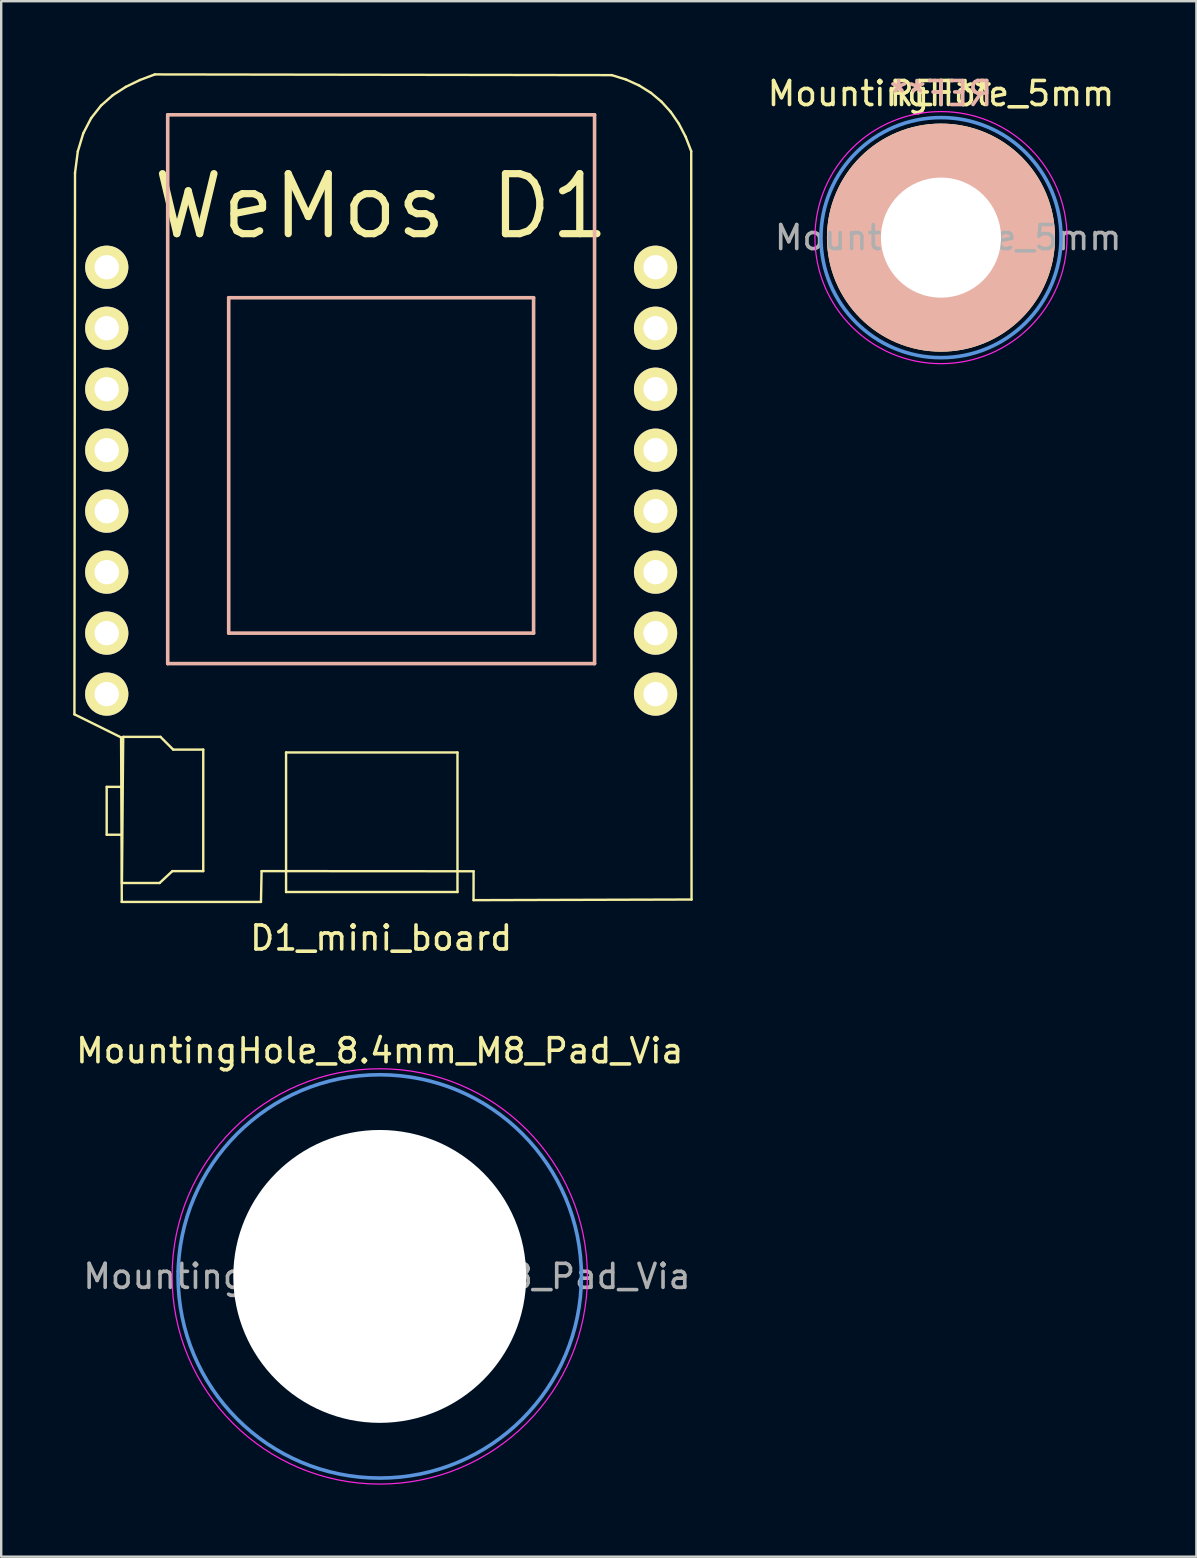
<source format=kicad_pcb>
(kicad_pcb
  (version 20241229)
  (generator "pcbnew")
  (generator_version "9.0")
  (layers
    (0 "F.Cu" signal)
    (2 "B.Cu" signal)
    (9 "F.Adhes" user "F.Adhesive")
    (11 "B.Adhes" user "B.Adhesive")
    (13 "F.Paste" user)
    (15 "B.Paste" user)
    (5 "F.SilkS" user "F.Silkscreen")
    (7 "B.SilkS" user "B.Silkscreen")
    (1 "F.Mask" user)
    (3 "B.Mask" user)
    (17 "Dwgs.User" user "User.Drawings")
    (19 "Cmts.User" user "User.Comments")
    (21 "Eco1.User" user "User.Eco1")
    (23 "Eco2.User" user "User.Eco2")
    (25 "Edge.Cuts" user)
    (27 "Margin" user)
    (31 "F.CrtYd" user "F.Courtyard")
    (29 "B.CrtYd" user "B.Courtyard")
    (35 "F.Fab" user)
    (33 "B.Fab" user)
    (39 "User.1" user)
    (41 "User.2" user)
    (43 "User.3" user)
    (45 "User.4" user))
  (footprint "D1_mini_board"
    (layer "F.Cu")
    (at 12.826 19.512)
    (property "Reference" "D1_mini_board" (at 0 16.51 0) (layer "F.SilkS") (effects (font (size 1 1) (thickness 0.15))))
    (attr through_hole)
    (fp_line (start -12.776 7.193) (end -10.832 8.154) (stroke (width 0.1) (type solid)) (layer "F.SilkS"))
    (fp_line (start -12.751 -15.362) (end -12.776 7.193) (stroke (width 0.1) (type solid)) (layer "F.SilkS"))
    (fp_line (start -12.635 -16.255) (end -12.751 -15.362) (stroke (width 0.1) (type solid)) (layer "F.SilkS"))
    (fp_line (start -12.407 -17.01) (end -12.635 -16.255) (stroke (width 0.1) (type solid)) (layer "F.SilkS"))
    (fp_line (start -12.08 -17.641) (end -12.407 -17.01) (stroke (width 0.1) (type solid)) (layer "F.SilkS"))
    (fp_line (start -11.667 -18.165) (end -12.08 -17.641) (stroke (width 0.1) (type solid)) (layer "F.SilkS"))
    (fp_line (start -11.432 10.214) (end -11.432 12.207) (stroke (width 0.1) (type solid)) (layer "F.SilkS"))
    (fp_line (start -11.432 12.207) (end -10.814 12.207) (stroke (width 0.1) (type solid)) (layer "F.SilkS"))
    (fp_line (start -11.181 -18.594) (end -11.667 -18.165) (stroke (width 0.1) (type solid)) (layer "F.SilkS"))
    (fp_line (start -10.832 8.154) (end -10.803 14.963) (stroke (width 0.1) (type solid)) (layer "F.SilkS"))
    (fp_line (start -10.817 15.007) (end -5.006 15.007) (stroke (width 0.1) (type solid)) (layer "F.SilkS"))
    (fp_line (start -10.797 14.218) (end -10.744 8.132) (stroke (width 0.1) (type solid)) (layer "F.SilkS"))
    (fp_line (start -10.779 10.214) (end -11.432 10.214) (stroke (width 0.1) (type solid)) (layer "F.SilkS"))
    (fp_line (start -10.744 8.132) (end -9.191 8.132) (stroke (width 0.1) (type solid)) (layer "F.SilkS"))
    (fp_line (start -10.638 -18.943) (end -11.181 -18.594) (stroke (width 0.1) (type solid)) (layer "F.SilkS"))
    (fp_line (start -10.05 -19.228) (end -10.638 -18.943) (stroke (width 0.1) (type solid)) (layer "F.SilkS"))
    (fp_line (start -9.43 -19.462) (end -10.05 -19.228) (stroke (width 0.1) (type solid)) (layer "F.SilkS"))
    (fp_line (start -9.227 14.218) (end -10.797 14.218) (stroke (width 0.1) (type solid)) (layer "F.SilkS"))
    (fp_line (start -9.191 8.132) (end -8.662 8.662) (stroke (width 0.1) (type solid)) (layer "F.SilkS"))
    (fp_line (start -8.697 13.724) (end -9.227 14.218) (stroke (width 0.1) (type solid)) (layer "F.SilkS"))
    (fp_line (start -8.662 8.662) (end -7.41 8.662) (stroke (width 0.1) (type solid)) (layer "F.SilkS"))
    (fp_line (start -7.41 8.662) (end -7.41 13.724) (stroke (width 0.1) (type solid)) (layer "F.SilkS"))
    (fp_line (start -7.41 13.724) (end -8.697 13.724) (stroke (width 0.1) (type solid)) (layer "F.SilkS"))
    (fp_line (start -5.006 15.007) (end -4.98 13.724) (stroke (width 0.1) (type solid)) (layer "F.SilkS"))
    (fp_line (start -4.98 13.724) (end 3.851 13.73) (stroke (width 0.1) (type solid)) (layer "F.SilkS"))
    (fp_line (start -3.96 8.781) (end -3.96 14.595) (stroke (width 0.1) (type solid)) (layer "F.SilkS"))
    (fp_line (start -3.96 14.595) (end 3.18 14.595) (stroke (width 0.1) (type solid)) (layer "F.SilkS"))
    (fp_line (start 3.18 8.781) (end -3.96 8.781) (stroke (width 0.1) (type solid)) (layer "F.SilkS"))
    (fp_line (start 3.18 14.595) (end 3.18 8.781) (stroke (width 0.1) (type solid)) (layer "F.SilkS"))
    (fp_line (start 3.849 14.933) (end 12.93 14.907) (stroke (width 0.1) (type solid)) (layer "F.SilkS"))
    (fp_line (start 3.851 13.73) (end 3.849 14.933) (stroke (width 0.1) (type solid)) (layer "F.SilkS"))
    (fp_line (start 9.607 -19.433) (end -9.43 -19.462) (stroke (width 0.1) (type solid)) (layer "F.SilkS"))
    (fp_line (start 10.205 -19.247) (end 9.607 -19.433) (stroke (width 0.1) (type solid)) (layer "F.SilkS"))
    (fp_line (start 10.749 -19) (end 10.205 -19.247) (stroke (width 0.1) (type solid)) (layer "F.SilkS"))
    (fp_line (start 11.241 -18.693) (end 10.749 -19) (stroke (width 0.1) (type solid)) (layer "F.SilkS"))
    (fp_line (start 11.679 -18.325) (end 11.241 -18.693) (stroke (width 0.1) (type solid)) (layer "F.SilkS"))
    (fp_line (start 12.065 -17.898) (end 11.679 -18.325) (stroke (width 0.1) (type solid)) (layer "F.SilkS"))
    (fp_line (start 12.4 -17.411) (end 12.065 -17.898) (stroke (width 0.1) (type solid)) (layer "F.SilkS"))
    (fp_line (start 12.683 -16.866) (end 12.4 -17.411) (stroke (width 0.1) (type solid)) (layer "F.SilkS"))
    (fp_line (start 12.916 -16.263) (end 12.683 -16.866) (stroke (width 0.1) (type solid)) (layer "F.SilkS"))
    (fp_line (start 12.93 14.907) (end 12.916 -16.263) (stroke (width 0.1) (type solid)) (layer "F.SilkS"))
    (fp_line (start -8.89 -17.78) (end -8.89 5.08) (stroke (width 0.15) (type solid)) (layer "B.SilkS"))
    (fp_line (start -8.89 5.08) (end 8.89 5.08) (stroke (width 0.15) (type solid)) (layer "B.SilkS"))
    (fp_line (start -6.35 -10.16) (end 6.35 -10.16) (stroke (width 0.15) (type solid)) (layer "B.SilkS"))
    (fp_line (start -6.35 3.81) (end -6.35 -10.16) (stroke (width 0.15) (type solid)) (layer "B.SilkS"))
    (fp_line (start 6.35 -10.16) (end 6.35 3.81) (stroke (width 0.15) (type solid)) (layer "B.SilkS"))
    (fp_line (start 6.35 3.81) (end -6.35 3.81) (stroke (width 0.15) (type solid)) (layer "B.SilkS"))
    (fp_line (start 8.89 -17.78) (end -8.89 -17.78) (stroke (width 0.15) (type solid)) (layer "B.SilkS"))
    (fp_line (start 8.89 5.08) (end 8.89 -17.78) (stroke (width 0.15) (type solid)) (layer "B.SilkS"))
    (fp_text user "WeMos D1" (at 0 -13.97 180) (layer "F.SilkS") (effects (font (size 2.5 2.5) (thickness 0.3))))
    (pad "1" thru_hole circle (at 11.43 6.35) (size 1.8 1.8) (drill 1.016) (layers "*.Cu" "*.Mask" "F.SilkS"))
    (pad "2" thru_hole circle (at 11.43 3.81) (size 1.8 1.8) (drill 1.016) (layers "*.Cu" "*.Mask" "F.SilkS"))
    (pad "3" thru_hole circle (at 11.43 1.27) (size 1.8 1.8) (drill 1.016) (layers "*.Cu" "*.Mask" "F.SilkS"))
    (pad "4" thru_hole circle (at 11.43 -1.27) (size 1.8 1.8) (drill 1.016) (layers "*.Cu" "*.Mask" "F.SilkS"))
    (pad "5" thru_hole circle (at 11.43 -3.81) (size 1.8 1.8) (drill 1.016) (layers "*.Cu" "*.Mask" "F.SilkS"))
    (pad "6" thru_hole circle (at 11.43 -6.35) (size 1.8 1.8) (drill 1.016) (layers "*.Cu" "*.Mask" "F.SilkS"))
    (pad "7" thru_hole circle (at 11.43 -8.89) (size 1.8 1.8) (drill 1.016) (layers "*.Cu" "*.Mask" "F.SilkS"))
    (pad "8" thru_hole circle (at 11.43 -11.43) (size 1.8 1.8) (drill 1.016) (layers "*.Cu" "*.Mask" "F.SilkS"))
    (pad "9" thru_hole circle (at -11.43 -11.43) (size 1.8 1.8) (drill 1.016) (layers "*.Cu" "*.Mask" "F.SilkS"))
    (pad "10" thru_hole circle (at -11.43 -8.89) (size 1.8 1.8) (drill 1.016) (layers "*.Cu" "*.Mask" "F.SilkS"))
    (pad "11" thru_hole circle (at -11.43 -6.35) (size 1.8 1.8) (drill 1.016) (layers "*.Cu" "*.Mask" "F.SilkS"))
    (pad "12" thru_hole circle (at -11.43 -3.81) (size 1.8 1.8) (drill 1.016) (layers "*.Cu" "*.Mask" "F.SilkS"))
    (pad "13" thru_hole circle (at -11.43 -1.27) (size 1.8 1.8) (drill 1.016) (layers "*.Cu" "*.Mask" "F.SilkS"))
    (pad "14" thru_hole circle (at -11.43 1.27) (size 1.8 1.8) (drill 1.016) (layers "*.Cu" "*.Mask" "F.SilkS"))
    (pad "15" thru_hole circle (at -11.43 3.81) (size 1.8 1.8) (drill 1.016) (layers "*.Cu" "*.Mask" "F.SilkS"))
    (pad "16" thru_hole circle (at -11.43 6.35) (size 1.8 1.8) (drill 1.016) (layers "*.Cu" "*.Mask" "F.SilkS")))
  (footprint "MountingHole_8.4mm_M8_Pad_Via"
    (layer "F.Cu")
    (at 12.768 50.118)
    (property "Reference" "MountingHole_8.4mm_M8_Pad_Via" (at 0 -9.4 0) (layer "F.SilkS") (effects (font (size 1 1) (thickness 0.15))))
    (attr exclude_from_pos_files exclude_from_bom)
    (fp_circle (center 0 0) (end 8.4 0) (stroke (width 0.15) (type solid)) (fill no) (layer "Cmts.User"))
    (fp_circle (center 0 0) (end 8.65 0) (stroke (width 0.05) (type solid)) (fill no) (layer "F.CrtYd"))
    (fp_text user "${REFERENCE}" (at 0.3 0 0) (layer "F.Fab") (effects (font (size 1 1) (thickness 0.15))))
    (pad "" np_thru_hole circle (at 0 0) (size 12.2 12.2) (drill 12.2) (layers "*.Cu" "*.Mask")))
  (footprint "MountingHole_5mm"
    (layer "F.Cu")
    (at 36.146 6.848)
    (property "Reference" "MountingHole_5mm" (at 0 -6 0) (layer "F.SilkS") (effects (font (size 1 1) (thickness 0.15))))
    (attr exclude_from_pos_files exclude_from_bom)
    (fp_circle (center 0 0) (end 3 0) (stroke (width 3.5) (type solid)) (fill no) (layer "F.SilkS"))
    (fp_circle (center 0 0) (end 3 0) (stroke (width 3.5) (type solid)) (fill no) (layer "B.SilkS"))
    (fp_circle (center 0 0) (end 5 0) (stroke (width 0.15) (type solid)) (fill no) (layer "Cmts.User"))
    (fp_circle (center 0 0) (end 5.25 0) (stroke (width 0.05) (type solid)) (fill no) (layer "F.CrtYd"))
    (fp_text user "REF**" (at 0 -6 0) (layer "F.SilkS") (effects (font (size 1 1) (thickness 0.15))))
    (fp_text user "REF**" (at 0 -6 0) (layer "B.SilkS") (effects (font (size 1 1) (thickness 0.15)) (justify mirror)))
    (fp_text user "${REFERENCE}" (at 0.3 0 0) (layer "F.Fab") (effects (font (size 1 1) (thickness 0.15))))
    (pad "" np_thru_hole circle (at 0 0) (size 5 5) (drill 5) (layers "*.Cu" "*.Mask")))
  (gr_rect
    (start -3 -3)
    (end 46.785 61.793)
    (stroke (width 0.1) (type default))
    (fill no)
    (layer "Edge.Cuts")))
</source>
